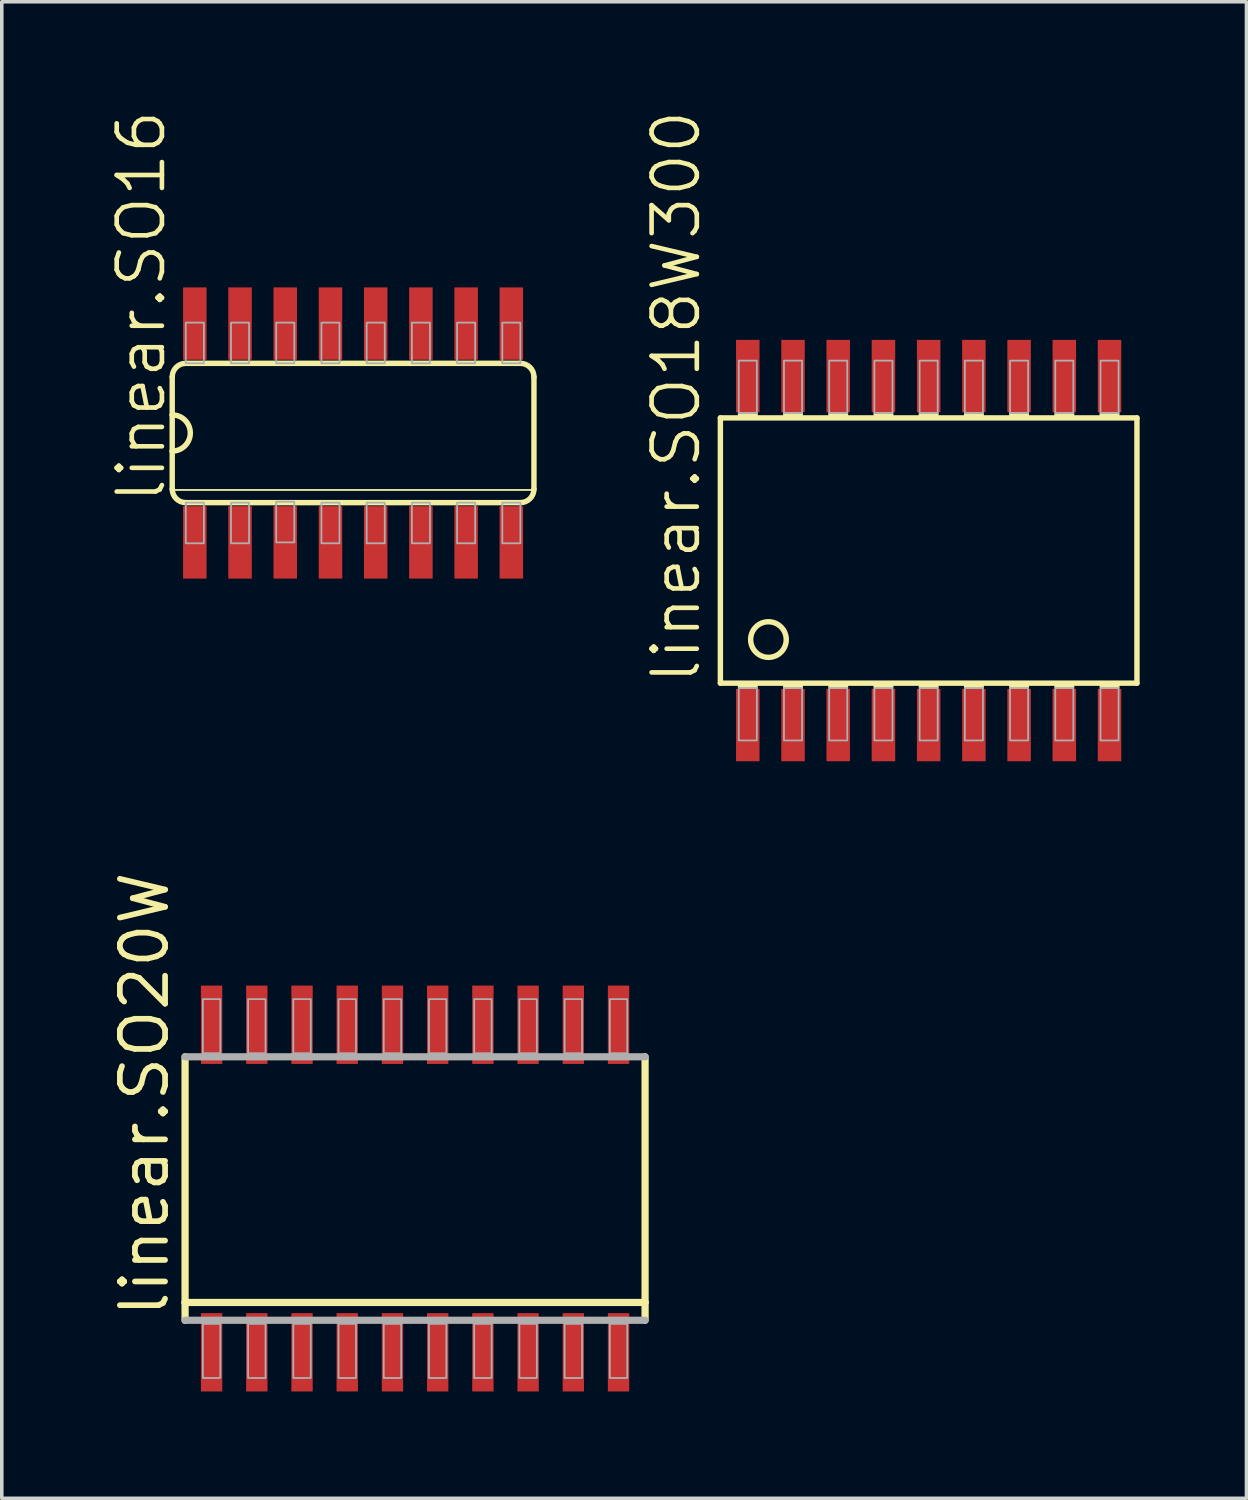
<source format=kicad_pcb>
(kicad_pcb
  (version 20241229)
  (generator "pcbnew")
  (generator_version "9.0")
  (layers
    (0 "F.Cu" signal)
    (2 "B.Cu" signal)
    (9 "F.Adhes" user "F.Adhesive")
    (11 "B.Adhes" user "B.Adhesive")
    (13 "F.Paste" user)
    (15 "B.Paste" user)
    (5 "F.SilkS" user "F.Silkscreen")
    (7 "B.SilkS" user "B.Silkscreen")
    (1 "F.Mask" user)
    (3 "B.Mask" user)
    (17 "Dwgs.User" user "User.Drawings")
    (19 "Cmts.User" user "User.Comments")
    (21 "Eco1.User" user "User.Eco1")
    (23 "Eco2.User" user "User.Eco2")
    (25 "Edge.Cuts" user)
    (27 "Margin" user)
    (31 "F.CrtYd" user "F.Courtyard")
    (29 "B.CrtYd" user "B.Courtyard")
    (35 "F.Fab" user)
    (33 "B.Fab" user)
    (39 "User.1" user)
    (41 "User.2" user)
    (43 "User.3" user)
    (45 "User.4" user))
  (footprint "linear.SO18W300"
    (layer "F.Cu")
    (at 23.033 12.413)
    (property "Reference" "linear.SO18W300" (at -6.35 3.81 90) (layer "F.SilkS") (effects (font (size 1.27 1.27) (thickness 0.13)) (justify left bottom)))
    (attr smd)
    (fp_line (start -5.85 -3.725) (end -5.85 3.725) (stroke (width 0.152) (type default)) (layer "F.SilkS"))
    (fp_line (start -5.85 3.725) (end 5.85 3.725) (stroke (width 0.152) (type default)) (layer "F.SilkS"))
    (fp_line (start 5.85 -3.725) (end -5.85 -3.725) (stroke (width 0.152) (type default)) (layer "F.SilkS"))
    (fp_line (start 5.85 3.725) (end 5.85 -3.725) (stroke (width 0.152) (type default)) (layer "F.SilkS"))
    (fp_rect (start -5.334 -3.734) (end -4.826 -3.861) (stroke (width 0.05) (type default)) (fill yes) (layer "F.SilkS"))
    (fp_rect (start -5.334 3.861) (end -4.826 3.734) (stroke (width 0.05) (type default)) (fill yes) (layer "F.SilkS"))
    (fp_rect (start -4.064 -3.734) (end -3.556 -3.861) (stroke (width 0.05) (type default)) (fill yes) (layer "F.SilkS"))
    (fp_rect (start -4.064 3.861) (end -3.556 3.734) (stroke (width 0.05) (type default)) (fill yes) (layer "F.SilkS"))
    (fp_rect (start -2.794 -3.734) (end -2.286 -3.861) (stroke (width 0.05) (type default)) (fill yes) (layer "F.SilkS"))
    (fp_rect (start -2.794 3.861) (end -2.286 3.734) (stroke (width 0.05) (type default)) (fill yes) (layer "F.SilkS"))
    (fp_rect (start -1.524 -3.734) (end -1.016 -3.861) (stroke (width 0.05) (type default)) (fill yes) (layer "F.SilkS"))
    (fp_rect (start -1.524 3.861) (end -1.016 3.734) (stroke (width 0.05) (type default)) (fill yes) (layer "F.SilkS"))
    (fp_rect (start -0.254 -3.734) (end 0.254 -3.861) (stroke (width 0.05) (type default)) (fill yes) (layer "F.SilkS"))
    (fp_rect (start -0.254 3.861) (end 0.254 3.734) (stroke (width 0.05) (type default)) (fill yes) (layer "F.SilkS"))
    (fp_rect (start 1.016 -3.734) (end 1.524 -3.861) (stroke (width 0.05) (type default)) (fill yes) (layer "F.SilkS"))
    (fp_rect (start 1.016 3.861) (end 1.524 3.734) (stroke (width 0.05) (type default)) (fill yes) (layer "F.SilkS"))
    (fp_rect (start 2.286 -3.734) (end 2.794 -3.861) (stroke (width 0.05) (type default)) (fill yes) (layer "F.SilkS"))
    (fp_rect (start 2.286 3.861) (end 2.794 3.734) (stroke (width 0.05) (type default)) (fill yes) (layer "F.SilkS"))
    (fp_rect (start 3.556 -3.734) (end 4.064 -3.861) (stroke (width 0.05) (type default)) (fill yes) (layer "F.SilkS"))
    (fp_rect (start 3.556 3.861) (end 4.064 3.734) (stroke (width 0.05) (type default)) (fill yes) (layer "F.SilkS"))
    (fp_rect (start 4.826 -3.734) (end 5.334 -3.861) (stroke (width 0.05) (type default)) (fill yes) (layer "F.SilkS"))
    (fp_rect (start 4.826 3.861) (end 5.334 3.734) (stroke (width 0.05) (type default)) (fill yes) (layer "F.SilkS"))
    (fp_circle (center -4.5 2.5) (end -4 2.5) (stroke (width 0.152) (type default)) (fill no) (layer "F.SilkS"))
    (fp_rect (start -5.334 -3.861) (end -4.826 -5.334) (stroke (width 0.05) (type default)) (fill no) (layer "F.Fab"))
    (fp_rect (start -5.334 5.334) (end -4.826 3.861) (stroke (width 0.05) (type default)) (fill no) (layer "F.Fab"))
    (fp_rect (start -4.064 -3.861) (end -3.556 -5.334) (stroke (width 0.05) (type default)) (fill no) (layer "F.Fab"))
    (fp_rect (start -4.064 5.334) (end -3.556 3.861) (stroke (width 0.05) (type default)) (fill no) (layer "F.Fab"))
    (fp_rect (start -2.794 -3.861) (end -2.286 -5.334) (stroke (width 0.05) (type default)) (fill no) (layer "F.Fab"))
    (fp_rect (start -2.794 5.334) (end -2.286 3.861) (stroke (width 0.05) (type default)) (fill no) (layer "F.Fab"))
    (fp_rect (start -1.524 -3.861) (end -1.016 -5.334) (stroke (width 0.05) (type default)) (fill no) (layer "F.Fab"))
    (fp_rect (start -1.524 5.334) (end -1.016 3.861) (stroke (width 0.05) (type default)) (fill no) (layer "F.Fab"))
    (fp_rect (start -0.254 -3.861) (end 0.254 -5.334) (stroke (width 0.05) (type default)) (fill no) (layer "F.Fab"))
    (fp_rect (start -0.254 5.334) (end 0.254 3.861) (stroke (width 0.05) (type default)) (fill no) (layer "F.Fab"))
    (fp_rect (start 1.016 -3.861) (end 1.524 -5.334) (stroke (width 0.05) (type default)) (fill no) (layer "F.Fab"))
    (fp_rect (start 1.016 5.334) (end 1.524 3.861) (stroke (width 0.05) (type default)) (fill no) (layer "F.Fab"))
    (fp_rect (start 2.286 -3.861) (end 2.794 -5.334) (stroke (width 0.05) (type default)) (fill no) (layer "F.Fab"))
    (fp_rect (start 2.286 5.334) (end 2.794 3.861) (stroke (width 0.05) (type default)) (fill no) (layer "F.Fab"))
    (fp_rect (start 3.556 -3.861) (end 4.064 -5.334) (stroke (width 0.05) (type default)) (fill no) (layer "F.Fab"))
    (fp_rect (start 3.556 5.334) (end 4.064 3.861) (stroke (width 0.05) (type default)) (fill no) (layer "F.Fab"))
    (fp_rect (start 4.826 -3.861) (end 5.334 -5.334) (stroke (width 0.05) (type default)) (fill no) (layer "F.Fab"))
    (fp_rect (start 4.826 5.334) (end 5.334 3.861) (stroke (width 0.05) (type default)) (fill no) (layer "F.Fab"))
    (pad "1" smd roundrect (at -5.08 4.902) (size 0.66 2.032) (layers "F.Cu" "F.Mask" "F.Paste") (roundrect_rratio 0.01))
    (pad "2" smd roundrect (at -3.81 4.902) (size 0.66 2.032) (layers "F.Cu" "F.Mask" "F.Paste") (roundrect_rratio 0.01))
    (pad "3" smd roundrect (at -2.54 4.902) (size 0.66 2.032) (layers "F.Cu" "F.Mask" "F.Paste") (roundrect_rratio 0.01))
    (pad "4" smd roundrect (at -1.27 4.902) (size 0.66 2.032) (layers "F.Cu" "F.Mask" "F.Paste") (roundrect_rratio 0.01))
    (pad "5" smd roundrect (at 0 4.902) (size 0.66 2.032) (layers "F.Cu" "F.Mask" "F.Paste") (roundrect_rratio 0.01))
    (pad "6" smd roundrect (at 1.27 4.902) (size 0.66 2.032) (layers "F.Cu" "F.Mask" "F.Paste") (roundrect_rratio 0.01))
    (pad "7" smd roundrect (at 2.54 4.902) (size 0.66 2.032) (layers "F.Cu" "F.Mask" "F.Paste") (roundrect_rratio 0.01))
    (pad "8" smd roundrect (at 3.81 4.902) (size 0.66 2.032) (layers "F.Cu" "F.Mask" "F.Paste") (roundrect_rratio 0.01))
    (pad "9" smd roundrect (at 5.08 4.902) (size 0.66 2.032) (layers "F.Cu" "F.Mask" "F.Paste") (roundrect_rratio 0.01))
    (pad "10" smd roundrect (at 5.08 -4.902) (size 0.66 2.032) (layers "F.Cu" "F.Mask" "F.Paste") (roundrect_rratio 0.01))
    (pad "11" smd roundrect (at 3.81 -4.902) (size 0.66 2.032) (layers "F.Cu" "F.Mask" "F.Paste") (roundrect_rratio 0.01))
    (pad "12" smd roundrect (at 2.54 -4.902) (size 0.66 2.032) (layers "F.Cu" "F.Mask" "F.Paste") (roundrect_rratio 0.01))
    (pad "13" smd roundrect (at 1.27 -4.902) (size 0.66 2.032) (layers "F.Cu" "F.Mask" "F.Paste") (roundrect_rratio 0.01))
    (pad "14" smd roundrect (at 0 -4.902) (size 0.66 2.032) (layers "F.Cu" "F.Mask" "F.Paste") (roundrect_rratio 0.01))
    (pad "15" smd roundrect (at -1.27 -4.902) (size 0.66 2.032) (layers "F.Cu" "F.Mask" "F.Paste") (roundrect_rratio 0.01))
    (pad "16" smd roundrect (at -2.54 -4.902) (size 0.66 2.032) (layers "F.Cu" "F.Mask" "F.Paste") (roundrect_rratio 0.01))
    (pad "17" smd roundrect (at -3.81 -4.902) (size 0.66 2.032) (layers "F.Cu" "F.Mask" "F.Paste") (roundrect_rratio 0.01))
    (pad "18" smd roundrect (at -5.08 -4.902) (size 0.66 2.032) (layers "F.Cu" "F.Mask" "F.Paste") (roundrect_rratio 0.01)))
  (footprint "linear.SO20W"
    (layer "F.Cu")
    (at 8.608 30.332)
    (property "Reference" "linear.SO20W" (at -6.858 3.683 90) (layer "F.SilkS") (effects (font (size 1.27 1.27) (thickness 0.16)) (justify left bottom)))
    (attr smd)
    (fp_line (start -6.46 3.2) (end -6.46 -3.7) (stroke (width 0.203) (type default)) (layer "F.SilkS"))
    (fp_line (start -6.46 3.7) (end -6.46 3.2) (stroke (width 0.203) (type default)) (layer "F.SilkS"))
    (fp_line (start 6.46 -3.7) (end 6.46 3.2) (stroke (width 0.203) (type default)) (layer "F.SilkS"))
    (fp_line (start 6.46 3.2) (end -6.46 3.2) (stroke (width 0.203) (type default)) (layer "F.SilkS"))
    (fp_line (start 6.46 3.2) (end 6.46 3.7) (stroke (width 0.203) (type default)) (layer "F.SilkS"))
    (fp_line (start -6.46 -3.7) (end 6.46 -3.7) (stroke (width 0.203) (type default)) (layer "F.Fab"))
    (fp_line (start 6.46 3.7) (end -6.46 3.7) (stroke (width 0.203) (type default)) (layer "F.Fab"))
    (fp_rect (start -5.96 -3.8) (end -5.47 -5.32) (stroke (width 0.05) (type default)) (fill no) (layer "F.Fab"))
    (fp_rect (start -5.96 5.32) (end -5.47 3.8) (stroke (width 0.05) (type default)) (fill no) (layer "F.Fab"))
    (fp_rect (start -4.69 -3.8) (end -4.2 -5.32) (stroke (width 0.05) (type default)) (fill no) (layer "F.Fab"))
    (fp_rect (start -4.69 5.32) (end -4.2 3.8) (stroke (width 0.05) (type default)) (fill no) (layer "F.Fab"))
    (fp_rect (start -3.42 -3.8) (end -2.93 -5.32) (stroke (width 0.05) (type default)) (fill no) (layer "F.Fab"))
    (fp_rect (start -3.42 5.32) (end -2.93 3.8) (stroke (width 0.05) (type default)) (fill no) (layer "F.Fab"))
    (fp_rect (start -2.15 -3.8) (end -1.66 -5.32) (stroke (width 0.05) (type default)) (fill no) (layer "F.Fab"))
    (fp_rect (start -2.15 5.32) (end -1.66 3.8) (stroke (width 0.05) (type default)) (fill no) (layer "F.Fab"))
    (fp_rect (start -0.88 -3.8) (end -0.39 -5.32) (stroke (width 0.05) (type default)) (fill no) (layer "F.Fab"))
    (fp_rect (start -0.88 5.32) (end -0.39 3.8) (stroke (width 0.05) (type default)) (fill no) (layer "F.Fab"))
    (fp_rect (start 0.39 -3.8) (end 0.88 -5.32) (stroke (width 0.05) (type default)) (fill no) (layer "F.Fab"))
    (fp_rect (start 0.39 5.32) (end 0.88 3.8) (stroke (width 0.05) (type default)) (fill no) (layer "F.Fab"))
    (fp_rect (start 1.66 -3.8) (end 2.15 -5.32) (stroke (width 0.05) (type default)) (fill no) (layer "F.Fab"))
    (fp_rect (start 1.66 5.32) (end 2.15 3.8) (stroke (width 0.05) (type default)) (fill no) (layer "F.Fab"))
    (fp_rect (start 2.93 -3.8) (end 3.42 -5.32) (stroke (width 0.05) (type default)) (fill no) (layer "F.Fab"))
    (fp_rect (start 2.93 5.32) (end 3.42 3.8) (stroke (width 0.05) (type default)) (fill no) (layer "F.Fab"))
    (fp_rect (start 4.2 -3.8) (end 4.69 -5.32) (stroke (width 0.05) (type default)) (fill no) (layer "F.Fab"))
    (fp_rect (start 4.2 5.32) (end 4.69 3.8) (stroke (width 0.05) (type default)) (fill no) (layer "F.Fab"))
    (fp_rect (start 5.47 -3.8) (end 5.96 -5.32) (stroke (width 0.05) (type default)) (fill no) (layer "F.Fab"))
    (fp_rect (start 5.47 5.32) (end 5.96 3.8) (stroke (width 0.05) (type default)) (fill no) (layer "F.Fab"))
    (pad "1" smd roundrect (at -5.715 4.6) (size 0.6 2.2) (layers "F.Cu" "F.Mask" "F.Paste") (roundrect_rratio 0.01))
    (pad "2" smd roundrect (at -4.445 4.6) (size 0.6 2.2) (layers "F.Cu" "F.Mask" "F.Paste") (roundrect_rratio 0.01))
    (pad "3" smd roundrect (at -3.175 4.6) (size 0.6 2.2) (layers "F.Cu" "F.Mask" "F.Paste") (roundrect_rratio 0.01))
    (pad "4" smd roundrect (at -1.905 4.6) (size 0.6 2.2) (layers "F.Cu" "F.Mask" "F.Paste") (roundrect_rratio 0.01))
    (pad "5" smd roundrect (at -0.635 4.6) (size 0.6 2.2) (layers "F.Cu" "F.Mask" "F.Paste") (roundrect_rratio 0.01))
    (pad "6" smd roundrect (at 0.635 4.6) (size 0.6 2.2) (layers "F.Cu" "F.Mask" "F.Paste") (roundrect_rratio 0.01))
    (pad "7" smd roundrect (at 1.905 4.6) (size 0.6 2.2) (layers "F.Cu" "F.Mask" "F.Paste") (roundrect_rratio 0.01))
    (pad "8" smd roundrect (at 3.175 4.6) (size 0.6 2.2) (layers "F.Cu" "F.Mask" "F.Paste") (roundrect_rratio 0.01))
    (pad "9" smd roundrect (at 4.445 4.6) (size 0.6 2.2) (layers "F.Cu" "F.Mask" "F.Paste") (roundrect_rratio 0.01))
    (pad "10" smd roundrect (at 5.715 4.6) (size 0.6 2.2) (layers "F.Cu" "F.Mask" "F.Paste") (roundrect_rratio 0.01))
    (pad "11" smd roundrect (at 5.715 -4.6) (size 0.6 2.2) (layers "F.Cu" "F.Mask" "F.Paste") (roundrect_rratio 0.01))
    (pad "12" smd roundrect (at 4.445 -4.6) (size 0.6 2.2) (layers "F.Cu" "F.Mask" "F.Paste") (roundrect_rratio 0.01))
    (pad "13" smd roundrect (at 3.175 -4.6) (size 0.6 2.2) (layers "F.Cu" "F.Mask" "F.Paste") (roundrect_rratio 0.01))
    (pad "14" smd roundrect (at 1.905 -4.6) (size 0.6 2.2) (layers "F.Cu" "F.Mask" "F.Paste") (roundrect_rratio 0.01))
    (pad "15" smd roundrect (at 0.635 -4.6) (size 0.6 2.2) (layers "F.Cu" "F.Mask" "F.Paste") (roundrect_rratio 0.01))
    (pad "16" smd roundrect (at -0.635 -4.6) (size 0.6 2.2) (layers "F.Cu" "F.Mask" "F.Paste") (roundrect_rratio 0.01))
    (pad "17" smd roundrect (at -1.905 -4.6) (size 0.6 2.2) (layers "F.Cu" "F.Mask" "F.Paste") (roundrect_rratio 0.01))
    (pad "18" smd roundrect (at -3.175 -4.6) (size 0.6 2.2) (layers "F.Cu" "F.Mask" "F.Paste") (roundrect_rratio 0.01))
    (pad "19" smd roundrect (at -4.445 -4.6) (size 0.6 2.2) (layers "F.Cu" "F.Mask" "F.Paste") (roundrect_rratio 0.01))
    (pad "20" smd roundrect (at -5.715 -4.6) (size 0.6 2.2) (layers "F.Cu" "F.Mask" "F.Paste") (roundrect_rratio 0.01)))
  (footprint "linear.SO16"
    (layer "F.Cu")
    (at 6.867 9.111)
    (property "Reference" "linear.SO16" (at -5.207 2.032 90) (layer "F.SilkS") (effects (font (size 1.27 1.27) (thickness 0.13)) (justify left bottom)))
    (attr smd)
    (fp_line (start -5.08 -1.575) (end -5.08 -0.508) (stroke (width 0.152) (type default)) (layer "F.SilkS"))
    (fp_line (start -5.08 -0.508) (end -5.08 0.508) (stroke (width 0.152) (type default)) (layer "F.SilkS"))
    (fp_line (start -5.08 0.508) (end -5.08 1.575) (stroke (width 0.152) (type default)) (layer "F.SilkS"))
    (fp_line (start -5.08 1.6) (end 5.08 1.6) (stroke (width 0.051) (type default)) (layer "F.SilkS"))
    (fp_line (start -4.699 1.956) (end 4.699 1.956) (stroke (width 0.152) (type default)) (layer "F.SilkS"))
    (fp_line (start 4.699 -1.956) (end -4.699 -1.956) (stroke (width 0.152) (type default)) (layer "F.SilkS"))
    (fp_line (start 5.08 1.575) (end 5.08 -1.575) (stroke (width 0.152) (type default)) (layer "F.SilkS"))
    (fp_arc (start -5.08 -1.5748) (mid -4.968408 -1.844208) (end -4.699 -1.9558) (stroke (width 0.1524) (type default)) (layer "F.SilkS"))
    (fp_arc (start -5.08 -0.508) (mid -4.572 0) (end -5.08 0.508) (stroke (width 0.1524) (type default)) (layer "F.SilkS"))
    (fp_arc (start -4.699 1.9558) (mid -4.968408 1.844208) (end -5.08 1.5748) (stroke (width 0.1524) (type default)) (layer "F.SilkS"))
    (fp_arc (start 4.699 -1.9558) (mid 4.968408 -1.844208) (end 5.08 -1.5748) (stroke (width 0.1524) (type default)) (layer "F.SilkS"))
    (fp_arc (start 5.08 1.5748) (mid 4.968408 1.844208) (end 4.699 1.9558) (stroke (width 0.1524) (type default)) (layer "F.SilkS"))
    (fp_rect (start -4.699 -1.956) (end -4.191 -3.099) (stroke (width 0.05) (type default)) (fill no) (layer "F.Fab"))
    (fp_rect (start -4.699 3.099) (end -4.191 1.956) (stroke (width 0.05) (type default)) (fill no) (layer "F.Fab"))
    (fp_rect (start -3.429 -1.956) (end -2.921 -3.099) (stroke (width 0.05) (type default)) (fill no) (layer "F.Fab"))
    (fp_rect (start -3.429 3.099) (end -2.921 1.956) (stroke (width 0.05) (type default)) (fill no) (layer "F.Fab"))
    (fp_rect (start -2.159 -1.956) (end -1.651 -3.099) (stroke (width 0.05) (type default)) (fill no) (layer "F.Fab"))
    (fp_rect (start -2.159 3.073) (end -1.651 1.93) (stroke (width 0.05) (type default)) (fill no) (layer "F.Fab"))
    (fp_rect (start -0.889 -1.956) (end -0.381 -3.099) (stroke (width 0.05) (type default)) (fill no) (layer "F.Fab"))
    (fp_rect (start -0.889 3.099) (end -0.381 1.956) (stroke (width 0.05) (type default)) (fill no) (layer "F.Fab"))
    (fp_rect (start 0.381 -1.956) (end 0.889 -3.099) (stroke (width 0.05) (type default)) (fill no) (layer "F.Fab"))
    (fp_rect (start 0.381 3.099) (end 0.889 1.956) (stroke (width 0.05) (type default)) (fill no) (layer "F.Fab"))
    (fp_rect (start 1.651 -1.956) (end 2.159 -3.099) (stroke (width 0.05) (type default)) (fill no) (layer "F.Fab"))
    (fp_rect (start 1.651 3.099) (end 2.159 1.956) (stroke (width 0.05) (type default)) (fill no) (layer "F.Fab"))
    (fp_rect (start 2.921 -1.956) (end 3.429 -3.099) (stroke (width 0.05) (type default)) (fill no) (layer "F.Fab"))
    (fp_rect (start 2.921 3.099) (end 3.429 1.956) (stroke (width 0.05) (type default)) (fill no) (layer "F.Fab"))
    (fp_rect (start 4.191 -1.956) (end 4.699 -3.099) (stroke (width 0.05) (type default)) (fill no) (layer "F.Fab"))
    (fp_rect (start 4.191 3.099) (end 4.699 1.956) (stroke (width 0.05) (type default)) (fill no) (layer "F.Fab"))
    (pad "1" smd roundrect (at -4.445 3.073) (size 0.66 2.032) (layers "F.Cu" "F.Mask" "F.Paste") (roundrect_rratio 0.01))
    (pad "2" smd roundrect (at -3.175 3.073) (size 0.66 2.032) (layers "F.Cu" "F.Mask" "F.Paste") (roundrect_rratio 0.01))
    (pad "3" smd roundrect (at -1.905 3.073) (size 0.66 2.032) (layers "F.Cu" "F.Mask" "F.Paste") (roundrect_rratio 0.01))
    (pad "4" smd roundrect (at -0.635 3.073) (size 0.66 2.032) (layers "F.Cu" "F.Mask" "F.Paste") (roundrect_rratio 0.01))
    (pad "5" smd roundrect (at 0.635 3.073) (size 0.66 2.032) (layers "F.Cu" "F.Mask" "F.Paste") (roundrect_rratio 0.01))
    (pad "6" smd roundrect (at 1.905 3.073) (size 0.66 2.032) (layers "F.Cu" "F.Mask" "F.Paste") (roundrect_rratio 0.01))
    (pad "7" smd roundrect (at 3.175 3.073) (size 0.66 2.032) (layers "F.Cu" "F.Mask" "F.Paste") (roundrect_rratio 0.01))
    (pad "8" smd roundrect (at 4.445 3.073) (size 0.66 2.032) (layers "F.Cu" "F.Mask" "F.Paste") (roundrect_rratio 0.01))
    (pad "9" smd roundrect (at 4.445 -3.073) (size 0.66 2.032) (layers "F.Cu" "F.Mask" "F.Paste") (roundrect_rratio 0.01))
    (pad "10" smd roundrect (at 3.175 -3.073) (size 0.66 2.032) (layers "F.Cu" "F.Mask" "F.Paste") (roundrect_rratio 0.01))
    (pad "11" smd roundrect (at 1.905 -3.073) (size 0.66 2.032) (layers "F.Cu" "F.Mask" "F.Paste") (roundrect_rratio 0.01))
    (pad "12" smd roundrect (at 0.635 -3.073) (size 0.66 2.032) (layers "F.Cu" "F.Mask" "F.Paste") (roundrect_rratio 0.01))
    (pad "13" smd roundrect (at -0.635 -3.073) (size 0.66 2.032) (layers "F.Cu" "F.Mask" "F.Paste") (roundrect_rratio 0.01))
    (pad "14" smd roundrect (at -1.905 -3.073) (size 0.66 2.032) (layers "F.Cu" "F.Mask" "F.Paste") (roundrect_rratio 0.01))
    (pad "15" smd roundrect (at -3.175 -3.073) (size 0.66 2.032) (layers "F.Cu" "F.Mask" "F.Paste") (roundrect_rratio 0.01))
    (pad "16" smd roundrect (at -4.445 -3.073) (size 0.66 2.032) (layers "F.Cu" "F.Mask" "F.Paste") (roundrect_rratio 0.01)))
  (gr_rect
    (start -3 -3)
    (end 31.959 39.032)
    (stroke (width 0.1) (type default))
    (fill no)
    (layer "Edge.Cuts")))
</source>
